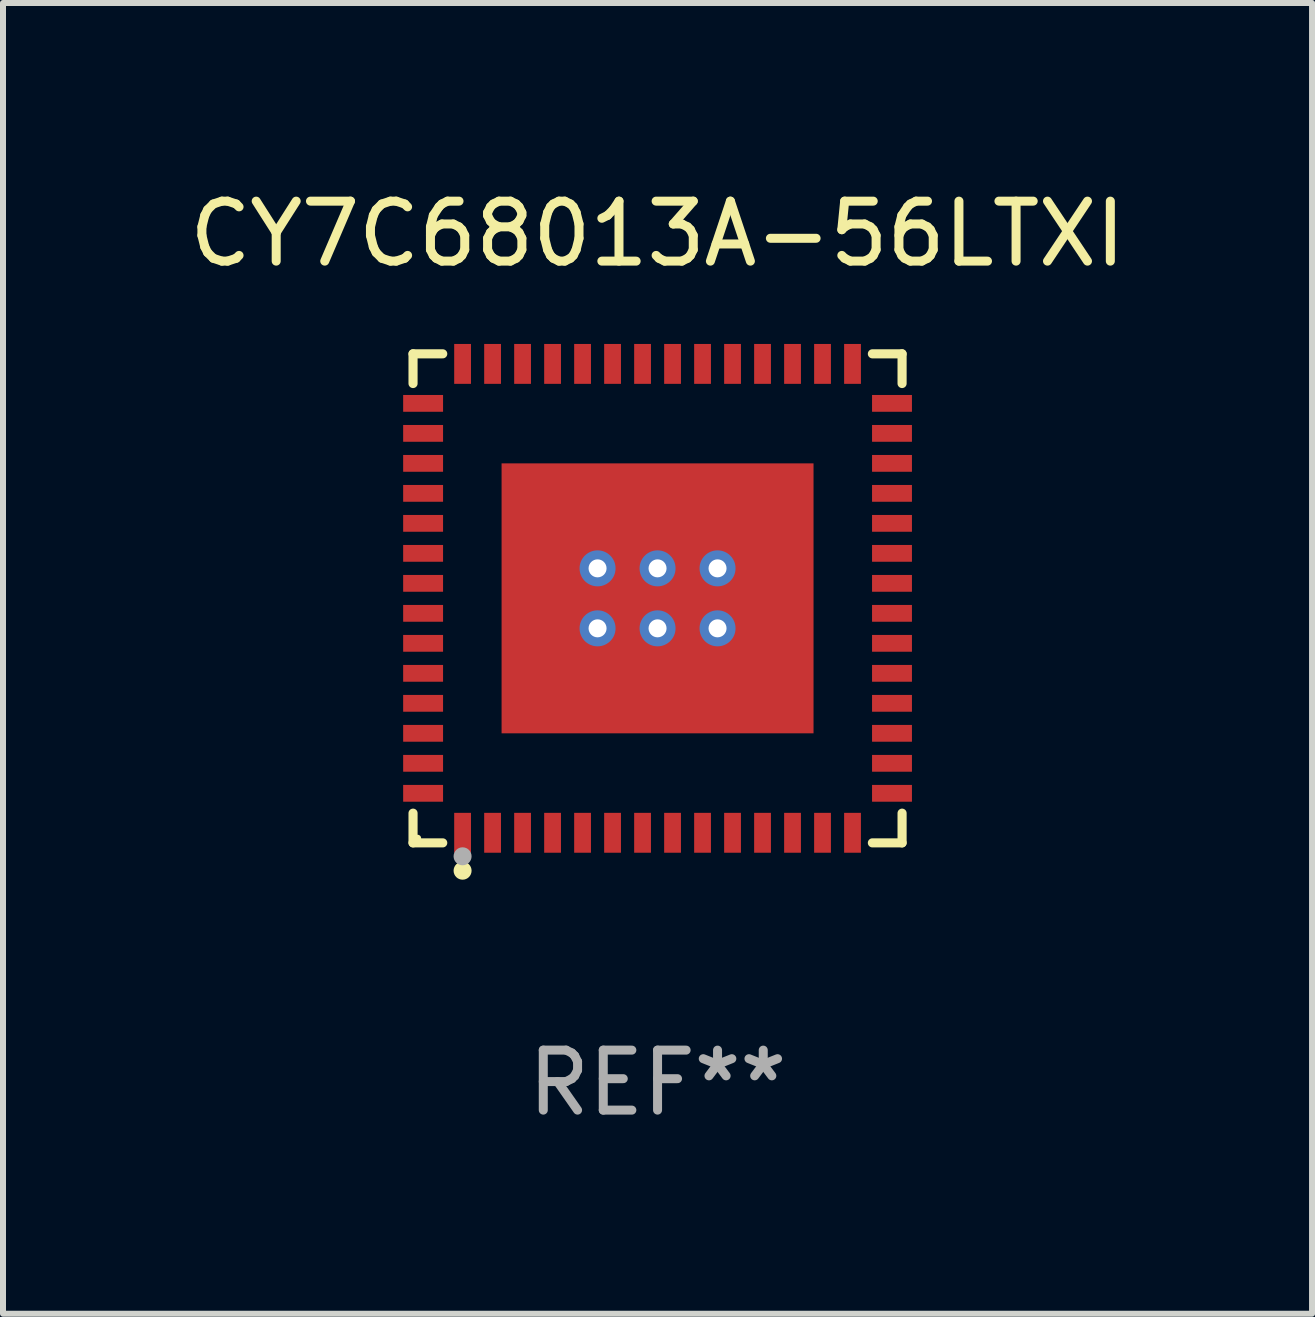
<source format=kicad_pcb>
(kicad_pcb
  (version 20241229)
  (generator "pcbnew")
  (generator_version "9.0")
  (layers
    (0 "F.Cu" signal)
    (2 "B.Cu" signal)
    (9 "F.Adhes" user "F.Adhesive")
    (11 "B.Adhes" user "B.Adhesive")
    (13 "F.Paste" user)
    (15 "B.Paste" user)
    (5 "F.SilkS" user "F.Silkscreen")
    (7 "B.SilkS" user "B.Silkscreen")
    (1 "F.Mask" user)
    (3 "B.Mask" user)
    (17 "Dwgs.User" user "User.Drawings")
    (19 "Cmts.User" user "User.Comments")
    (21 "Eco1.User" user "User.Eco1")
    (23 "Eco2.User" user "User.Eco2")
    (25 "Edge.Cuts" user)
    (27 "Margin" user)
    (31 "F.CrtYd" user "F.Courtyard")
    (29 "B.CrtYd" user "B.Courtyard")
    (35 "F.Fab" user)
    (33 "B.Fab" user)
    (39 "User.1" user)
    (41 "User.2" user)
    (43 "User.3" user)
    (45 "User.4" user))
  (footprint "CY7C68013A-56LTXI"
    (layer "F.Cu")
    (at 7.911 6.924)
    (property "Reference" "CY7C68013A-56LTXI" (at 0 -6.076 0) (layer "F.SilkS") (effects (font (size 1 1) (thickness 0.15))))
    (attr through_hole)
    (fp_line (start -4.076 -4.076) (end -3.581 -4.076) (stroke (width 0.152) (type solid)) (layer "F.SilkS"))
    (fp_line (start -4.076 -3.581) (end -4.076 -4.076) (stroke (width 0.152) (type solid)) (layer "F.SilkS"))
    (fp_line (start -4.076 3.581) (end -4.076 4.076) (stroke (width 0.152) (type solid)) (layer "F.SilkS"))
    (fp_line (start -4.076 4.076) (end -3.581 4.076) (stroke (width 0.152) (type solid)) (layer "F.SilkS"))
    (fp_line (start 4.076 -4.076) (end 3.581 -4.076) (stroke (width 0.152) (type solid)) (layer "F.SilkS"))
    (fp_line (start 4.076 -3.581) (end 4.076 -4.076) (stroke (width 0.152) (type solid)) (layer "F.SilkS"))
    (fp_line (start 4.076 3.581) (end 4.076 4.076) (stroke (width 0.152) (type solid)) (layer "F.SilkS"))
    (fp_line (start 4.076 4.076) (end 3.581 4.076) (stroke (width 0.152) (type solid)) (layer "F.SilkS"))
    (fp_circle (center -4 4) (end -3.97 4) (stroke (width 0.06) (type solid)) (fill no) (layer "F.SilkS"))
    (fp_circle (center -3.25 4.54) (end -3.175 4.54) (stroke (width 0.15) (type solid)) (fill no) (layer "F.SilkS"))
    (fp_circle (center -3.25 4.3) (end -3.175 4.3) (stroke (width 0.15) (type solid)) (fill no) (layer "F.Fab"))
    (fp_text user "REF**" (at 0 8.076 0) (layer "F.Fab") (effects (font (size 1 1) (thickness 0.15))))
    (pad "1" smd rect (at -3.25 3.908) (size 0.28 0.665) (layers "F.Cu" "F.Mask" "F.Paste"))
    (pad "2" smd rect (at -2.75 3.908) (size 0.28 0.665) (layers "F.Cu" "F.Mask" "F.Paste"))
    (pad "3" smd rect (at -2.25 3.908) (size 0.28 0.665) (layers "F.Cu" "F.Mask" "F.Paste"))
    (pad "4" smd rect (at -1.75 3.908) (size 0.28 0.665) (layers "F.Cu" "F.Mask" "F.Paste"))
    (pad "5" smd rect (at -1.25 3.908) (size 0.28 0.665) (layers "F.Cu" "F.Mask" "F.Paste"))
    (pad "6" smd rect (at -0.75 3.908) (size 0.28 0.665) (layers "F.Cu" "F.Mask" "F.Paste"))
    (pad "7" smd rect (at -0.25 3.908) (size 0.28 0.665) (layers "F.Cu" "F.Mask" "F.Paste"))
    (pad "8" smd rect (at 0.25 3.908) (size 0.28 0.665) (layers "F.Cu" "F.Mask" "F.Paste"))
    (pad "9" smd rect (at 0.75 3.908) (size 0.28 0.665) (layers "F.Cu" "F.Mask" "F.Paste"))
    (pad "10" smd rect (at 1.25 3.908) (size 0.28 0.665) (layers "F.Cu" "F.Mask" "F.Paste"))
    (pad "11" smd rect (at 1.75 3.908) (size 0.28 0.665) (layers "F.Cu" "F.Mask" "F.Paste"))
    (pad "12" smd rect (at 2.25 3.908) (size 0.28 0.665) (layers "F.Cu" "F.Mask" "F.Paste"))
    (pad "13" smd rect (at 2.75 3.908) (size 0.28 0.665) (layers "F.Cu" "F.Mask" "F.Paste"))
    (pad "14" smd rect (at 3.25 3.908) (size 0.28 0.665) (layers "F.Cu" "F.Mask" "F.Paste"))
    (pad "15" smd rect (at 3.908 3.25) (size 0.665 0.28) (layers "F.Cu" "F.Mask" "F.Paste"))
    (pad "16" smd rect (at 3.908 2.75) (size 0.665 0.28) (layers "F.Cu" "F.Mask" "F.Paste"))
    (pad "17" smd rect (at 3.908 2.25) (size 0.665 0.28) (layers "F.Cu" "F.Mask" "F.Paste"))
    (pad "18" smd rect (at 3.908 1.75) (size 0.665 0.28) (layers "F.Cu" "F.Mask" "F.Paste"))
    (pad "19" smd rect (at 3.908 1.25) (size 0.665 0.28) (layers "F.Cu" "F.Mask" "F.Paste"))
    (pad "20" smd rect (at 3.908 0.75) (size 0.665 0.28) (layers "F.Cu" "F.Mask" "F.Paste"))
    (pad "21" smd rect (at 3.908 0.25) (size 0.665 0.28) (layers "F.Cu" "F.Mask" "F.Paste"))
    (pad "22" smd rect (at 3.908 -0.25) (size 0.665 0.28) (layers "F.Cu" "F.Mask" "F.Paste"))
    (pad "23" smd rect (at 3.908 -0.75) (size 0.665 0.28) (layers "F.Cu" "F.Mask" "F.Paste"))
    (pad "24" smd rect (at 3.908 -1.25) (size 0.665 0.28) (layers "F.Cu" "F.Mask" "F.Paste"))
    (pad "25" smd rect (at 3.908 -1.75) (size 0.665 0.28) (layers "F.Cu" "F.Mask" "F.Paste"))
    (pad "26" smd rect (at 3.908 -2.25) (size 0.665 0.28) (layers "F.Cu" "F.Mask" "F.Paste"))
    (pad "27" smd rect (at 3.908 -2.75) (size 0.665 0.28) (layers "F.Cu" "F.Mask" "F.Paste"))
    (pad "28" smd rect (at 3.908 -3.25) (size 0.665 0.28) (layers "F.Cu" "F.Mask" "F.Paste"))
    (pad "29" smd rect (at 3.25 -3.908) (size 0.28 0.665) (layers "F.Cu" "F.Mask" "F.Paste"))
    (pad "30" smd rect (at 2.75 -3.908) (size 0.28 0.665) (layers "F.Cu" "F.Mask" "F.Paste"))
    (pad "31" smd rect (at 2.25 -3.908) (size 0.28 0.665) (layers "F.Cu" "F.Mask" "F.Paste"))
    (pad "32" smd rect (at 1.75 -3.908) (size 0.28 0.665) (layers "F.Cu" "F.Mask" "F.Paste"))
    (pad "33" smd rect (at 1.25 -3.908) (size 0.28 0.665) (layers "F.Cu" "F.Mask" "F.Paste"))
    (pad "34" smd rect (at 0.75 -3.908) (size 0.28 0.665) (layers "F.Cu" "F.Mask" "F.Paste"))
    (pad "35" smd rect (at 0.25 -3.908) (size 0.28 0.665) (layers "F.Cu" "F.Mask" "F.Paste"))
    (pad "36" smd rect (at -0.25 -3.908) (size 0.28 0.665) (layers "F.Cu" "F.Mask" "F.Paste"))
    (pad "37" smd rect (at -0.75 -3.908) (size 0.28 0.665) (layers "F.Cu" "F.Mask" "F.Paste"))
    (pad "38" smd rect (at -1.25 -3.908) (size 0.28 0.665) (layers "F.Cu" "F.Mask" "F.Paste"))
    (pad "39" smd rect (at -1.75 -3.908) (size 0.28 0.665) (layers "F.Cu" "F.Mask" "F.Paste"))
    (pad "40" smd rect (at -2.25 -3.908) (size 0.28 0.665) (layers "F.Cu" "F.Mask" "F.Paste"))
    (pad "41" smd rect (at -2.75 -3.908) (size 0.28 0.665) (layers "F.Cu" "F.Mask" "F.Paste"))
    (pad "42" smd rect (at -3.25 -3.908) (size 0.28 0.665) (layers "F.Cu" "F.Mask" "F.Paste"))
    (pad "43" smd rect (at -3.908 -3.25) (size 0.665 0.28) (layers "F.Cu" "F.Mask" "F.Paste"))
    (pad "44" smd rect (at -3.908 -2.75) (size 0.665 0.28) (layers "F.Cu" "F.Mask" "F.Paste"))
    (pad "45" smd rect (at -3.908 -2.25) (size 0.665 0.28) (layers "F.Cu" "F.Mask" "F.Paste"))
    (pad "46" smd rect (at -3.908 -1.75) (size 0.665 0.28) (layers "F.Cu" "F.Mask" "F.Paste"))
    (pad "47" smd rect (at -3.908 -1.25) (size 0.665 0.28) (layers "F.Cu" "F.Mask" "F.Paste"))
    (pad "48" smd rect (at -3.908 -0.75) (size 0.665 0.28) (layers "F.Cu" "F.Mask" "F.Paste"))
    (pad "49" smd rect (at -3.908 -0.25) (size 0.665 0.28) (layers "F.Cu" "F.Mask" "F.Paste"))
    (pad "50" smd rect (at -3.908 0.25) (size 0.665 0.28) (layers "F.Cu" "F.Mask" "F.Paste"))
    (pad "51" smd rect (at -3.908 0.75) (size 0.665 0.28) (layers "F.Cu" "F.Mask" "F.Paste"))
    (pad "52" smd rect (at -3.908 1.25) (size 0.665 0.28) (layers "F.Cu" "F.Mask" "F.Paste"))
    (pad "53" smd rect (at -3.908 1.75) (size 0.665 0.28) (layers "F.Cu" "F.Mask" "F.Paste"))
    (pad "54" smd rect (at -3.908 2.25) (size 0.665 0.28) (layers "F.Cu" "F.Mask" "F.Paste"))
    (pad "55" smd rect (at -3.908 2.75) (size 0.665 0.28) (layers "F.Cu" "F.Mask" "F.Paste"))
    (pad "56" smd rect (at -3.908 3.25) (size 0.665 0.28) (layers "F.Cu" "F.Mask" "F.Paste"))
    (pad "57" thru_hole circle (at -1 -0.5) (size 0.6 0.6) (drill 0.3) (layers "*.Cu" "*.Mask"))
    (pad "57" thru_hole circle (at -1 0.5) (size 0.6 0.6) (drill 0.3) (layers "*.Cu" "*.Mask"))
    (pad "57" thru_hole circle (at 0 -0.5) (size 0.6 0.6) (drill 0.3) (layers "*.Cu" "*.Mask"))
    (pad "57" smd rect (at 0 0) (size 5.2 4.5) (layers "F.Cu" "F.Mask" "F.Paste"))
    (pad "57" thru_hole circle (at 0 0.5) (size 0.6 0.6) (drill 0.3) (layers "*.Cu" "*.Mask"))
    (pad "57" thru_hole circle (at 1 -0.5) (size 0.6 0.6) (drill 0.3) (layers "*.Cu" "*.Mask"))
    (pad "57" thru_hole circle (at 1 0.5) (size 0.6 0.6) (drill 0.3) (layers "*.Cu" "*.Mask")))
  (gr_rect
    (start -3 -3)
    (end 18.821 18.849)
    (stroke (width 0.1) (type default))
    (fill no)
    (layer "Edge.Cuts")))
</source>
